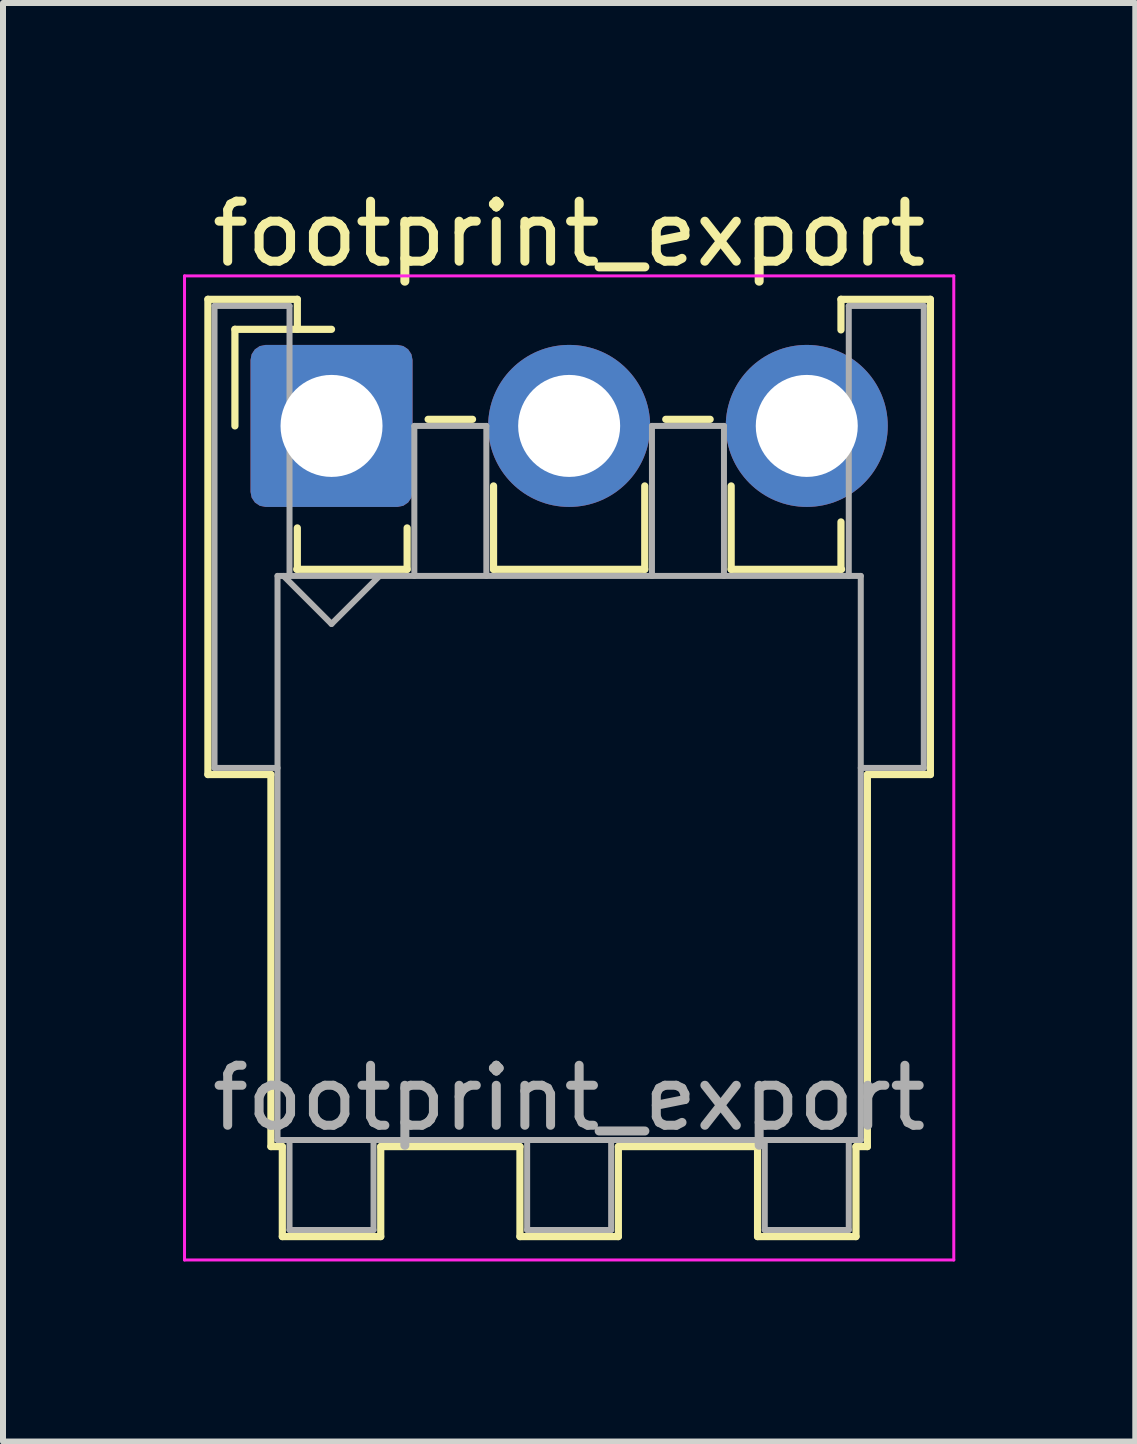
<source format=kicad_pcb>
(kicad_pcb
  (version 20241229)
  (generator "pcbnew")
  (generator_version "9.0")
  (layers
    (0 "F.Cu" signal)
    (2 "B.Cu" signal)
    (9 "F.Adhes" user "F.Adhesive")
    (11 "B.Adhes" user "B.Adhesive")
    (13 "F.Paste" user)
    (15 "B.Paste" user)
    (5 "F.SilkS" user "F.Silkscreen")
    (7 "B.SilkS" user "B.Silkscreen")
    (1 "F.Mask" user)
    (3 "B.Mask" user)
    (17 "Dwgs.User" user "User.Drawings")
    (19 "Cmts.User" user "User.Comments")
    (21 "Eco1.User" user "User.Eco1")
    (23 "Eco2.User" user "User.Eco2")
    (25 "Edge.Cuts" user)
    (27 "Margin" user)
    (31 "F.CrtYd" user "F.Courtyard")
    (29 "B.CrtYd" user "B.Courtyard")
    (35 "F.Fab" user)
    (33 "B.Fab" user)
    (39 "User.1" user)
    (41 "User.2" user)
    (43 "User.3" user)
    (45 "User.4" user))
  (footprint "footprint_export"
    (layer "F.Cu")
    (at 2.475 4.048)
    (property "Reference" "footprint_export" (at 3.96 -3.2 0) (layer "F.SilkS") (effects (font (size 1 1) (thickness 0.15))))
    (attr through_hole)
    (fp_line (start -2.06 -2.11) (end -0.57 -2.11) (stroke (width 0.12) (type solid)) (layer "F.SilkS"))
    (fp_line (start -2.06 5.81) (end -2.06 -2.11) (stroke (width 0.12) (type solid)) (layer "F.SilkS"))
    (fp_line (start -1.61 -1.61) (end -1.61 0) (stroke (width 0.12) (type solid)) (layer "F.SilkS"))
    (fp_line (start -1.01 5.81) (end -2.06 5.81) (stroke (width 0.12) (type solid)) (layer "F.SilkS"))
    (fp_line (start -1.01 5.81) (end -1.01 12.01) (stroke (width 0.12) (type solid)) (layer "F.SilkS"))
    (fp_line (start -1.01 12.01) (end -0.82 12.01) (stroke (width 0.12) (type solid)) (layer "F.SilkS"))
    (fp_line (start -0.82 12.01) (end -0.82 13.51) (stroke (width 0.12) (type solid)) (layer "F.SilkS"))
    (fp_line (start -0.82 13.51) (end 0.82 13.51) (stroke (width 0.12) (type solid)) (layer "F.SilkS"))
    (fp_line (start -0.58 2.39) (end 1.26 2.39) (stroke (width 0.12) (type solid)) (layer "F.SilkS"))
    (fp_line (start -0.57 -2.11) (end -0.57 -1.61) (stroke (width 0.12) (type solid)) (layer "F.SilkS"))
    (fp_line (start -0.57 1.7) (end -0.57 2.39) (stroke (width 0.12) (type solid)) (layer "F.SilkS"))
    (fp_line (start 0 -1.61) (end -1.61 -1.61) (stroke (width 0.12) (type solid)) (layer "F.SilkS"))
    (fp_line (start 0.82 12.01) (end 3.14 12.01) (stroke (width 0.12) (type solid)) (layer "F.SilkS"))
    (fp_line (start 0.82 13.51) (end 0.82 12.01) (stroke (width 0.12) (type solid)) (layer "F.SilkS"))
    (fp_line (start 1.26 2.39) (end 1.26 1.7) (stroke (width 0.12) (type solid)) (layer "F.SilkS"))
    (fp_line (start 1.61 -0.11) (end 2.35 -0.11) (stroke (width 0.12) (type solid)) (layer "F.SilkS"))
    (fp_line (start 2.7 1) (end 2.7 2.39) (stroke (width 0.12) (type solid)) (layer "F.SilkS"))
    (fp_line (start 2.7 2.39) (end 5.22 2.39) (stroke (width 0.12) (type solid)) (layer "F.SilkS"))
    (fp_line (start 3.14 12.01) (end 3.14 13.51) (stroke (width 0.12) (type solid)) (layer "F.SilkS"))
    (fp_line (start 3.14 13.51) (end 4.78 13.51) (stroke (width 0.12) (type solid)) (layer "F.SilkS"))
    (fp_line (start 4.78 12.01) (end 7.1 12.01) (stroke (width 0.12) (type solid)) (layer "F.SilkS"))
    (fp_line (start 4.78 13.51) (end 4.78 12.01) (stroke (width 0.12) (type solid)) (layer "F.SilkS"))
    (fp_line (start 5.22 2.39) (end 5.22 1) (stroke (width 0.12) (type solid)) (layer "F.SilkS"))
    (fp_line (start 5.57 -0.11) (end 6.31 -0.11) (stroke (width 0.12) (type solid)) (layer "F.SilkS"))
    (fp_line (start 6.66 1) (end 6.66 2.39) (stroke (width 0.12) (type solid)) (layer "F.SilkS"))
    (fp_line (start 6.66 2.39) (end 8.5 2.39) (stroke (width 0.12) (type solid)) (layer "F.SilkS"))
    (fp_line (start 7.1 12.01) (end 7.1 13.51) (stroke (width 0.12) (type solid)) (layer "F.SilkS"))
    (fp_line (start 7.1 13.51) (end 8.74 13.51) (stroke (width 0.12) (type solid)) (layer "F.SilkS"))
    (fp_line (start 8.49 -2.11) (end 9.98 -2.11) (stroke (width 0.12) (type solid)) (layer "F.SilkS"))
    (fp_line (start 8.49 -1.6) (end 8.49 -2.11) (stroke (width 0.12) (type solid)) (layer "F.SilkS"))
    (fp_line (start 8.49 2.39) (end 8.49 1.6) (stroke (width 0.12) (type solid)) (layer "F.SilkS"))
    (fp_line (start 8.74 12.01) (end 8.93 12.01) (stroke (width 0.12) (type solid)) (layer "F.SilkS"))
    (fp_line (start 8.74 13.51) (end 8.74 12.01) (stroke (width 0.12) (type solid)) (layer "F.SilkS"))
    (fp_line (start 8.93 12.01) (end 8.93 5.81) (stroke (width 0.12) (type solid)) (layer "F.SilkS"))
    (fp_line (start 9.98 -2.11) (end 9.98 5.81) (stroke (width 0.12) (type solid)) (layer "F.SilkS"))
    (fp_line (start 9.98 5.81) (end 8.93 5.81) (stroke (width 0.12) (type solid)) (layer "F.SilkS"))
    (fp_line (start -2.45 -2.5) (end -2.45 13.9) (stroke (width 0.05) (type solid)) (layer "F.CrtYd"))
    (fp_line (start -2.45 13.9) (end 10.37 13.9) (stroke (width 0.05) (type solid)) (layer "F.CrtYd"))
    (fp_line (start 10.37 -2.5) (end -2.45 -2.5) (stroke (width 0.05) (type solid)) (layer "F.CrtYd"))
    (fp_line (start 10.37 13.9) (end 10.37 -2.5) (stroke (width 0.05) (type solid)) (layer "F.CrtYd"))
    (fp_line (start -1.95 -2) (end -0.7 -2) (stroke (width 0.1) (type solid)) (layer "F.Fab"))
    (fp_line (start -1.95 5.7) (end -1.95 -2) (stroke (width 0.1) (type solid)) (layer "F.Fab"))
    (fp_line (start -0.9 2.5) (end -0.9 11.9) (stroke (width 0.1) (type solid)) (layer "F.Fab"))
    (fp_line (start -0.9 5.7) (end -1.95 5.7) (stroke (width 0.1) (type solid)) (layer "F.Fab"))
    (fp_line (start -0.9 11.9) (end 8.82 11.9) (stroke (width 0.1) (type solid)) (layer "F.Fab"))
    (fp_line (start -0.8 2.5) (end 0 3.3) (stroke (width 0.1) (type solid)) (layer "F.Fab"))
    (fp_line (start -0.7 -2) (end -0.7 2.5) (stroke (width 0.1) (type solid)) (layer "F.Fab"))
    (fp_line (start -0.7 11.9) (end -0.7 13.4) (stroke (width 0.1) (type solid)) (layer "F.Fab"))
    (fp_line (start -0.7 13.4) (end 0.7 13.4) (stroke (width 0.1) (type solid)) (layer "F.Fab"))
    (fp_line (start 0 3.3) (end 0.8 2.5) (stroke (width 0.1) (type solid)) (layer "F.Fab"))
    (fp_line (start 0.7 13.4) (end 0.7 11.9) (stroke (width 0.1) (type solid)) (layer "F.Fab"))
    (fp_line (start 1.38 0) (end 2.58 0) (stroke (width 0.1) (type solid)) (layer "F.Fab"))
    (fp_line (start 1.38 2.5) (end 1.38 0) (stroke (width 0.1) (type solid)) (layer "F.Fab"))
    (fp_line (start 2.58 0) (end 2.58 2.5) (stroke (width 0.1) (type solid)) (layer "F.Fab"))
    (fp_line (start 3.26 11.9) (end 3.26 13.4) (stroke (width 0.1) (type solid)) (layer "F.Fab"))
    (fp_line (start 3.26 13.4) (end 4.66 13.4) (stroke (width 0.1) (type solid)) (layer "F.Fab"))
    (fp_line (start 4.66 13.4) (end 4.66 11.9) (stroke (width 0.1) (type solid)) (layer "F.Fab"))
    (fp_line (start 5.34 0) (end 6.54 0) (stroke (width 0.1) (type solid)) (layer "F.Fab"))
    (fp_line (start 5.34 2.5) (end 5.34 0) (stroke (width 0.1) (type solid)) (layer "F.Fab"))
    (fp_line (start 6.54 0) (end 6.54 2.5) (stroke (width 0.1) (type solid)) (layer "F.Fab"))
    (fp_line (start 7.22 11.9) (end 7.22 13.4) (stroke (width 0.1) (type solid)) (layer "F.Fab"))
    (fp_line (start 7.22 13.4) (end 8.62 13.4) (stroke (width 0.1) (type solid)) (layer "F.Fab"))
    (fp_line (start 8.62 -2) (end 9.87 -2) (stroke (width 0.1) (type solid)) (layer "F.Fab"))
    (fp_line (start 8.62 2.5) (end 8.62 -2) (stroke (width 0.1) (type solid)) (layer "F.Fab"))
    (fp_line (start 8.62 13.4) (end 8.62 11.9) (stroke (width 0.1) (type solid)) (layer "F.Fab"))
    (fp_line (start 8.82 2.5) (end -0.9 2.5) (stroke (width 0.1) (type solid)) (layer "F.Fab"))
    (fp_line (start 8.82 11.9) (end 8.82 2.5) (stroke (width 0.1) (type solid)) (layer "F.Fab"))
    (fp_line (start 9.87 -2) (end 9.87 5.7) (stroke (width 0.1) (type solid)) (layer "F.Fab"))
    (fp_line (start 9.87 5.7) (end 8.82 5.7) (stroke (width 0.1) (type solid)) (layer "F.Fab"))
    (fp_text user "${REFERENCE}" (at 3.96 11.2 0) (layer "F.Fab") (effects (font (size 1 1) (thickness 0.15))))
    (pad "1" thru_hole roundrect (at 0 0) (size 2.7 2.7) (drill 1.7) (layers "*.Cu" "*.Mask") (roundrect_rratio 0.093))
    (pad "2" thru_hole circle (at 3.96 0) (size 2.7 2.7) (drill 1.7) (layers "*.Cu" "*.Mask"))
    (pad "3" thru_hole circle (at 7.92 0) (size 2.7 2.7) (drill 1.7) (layers "*.Cu" "*.Mask")))
  (gr_rect
    (start -3 -3)
    (end 15.87 20.973)
    (stroke (width 0.1) (type default))
    (fill no)
    (layer "Edge.Cuts")))
</source>
